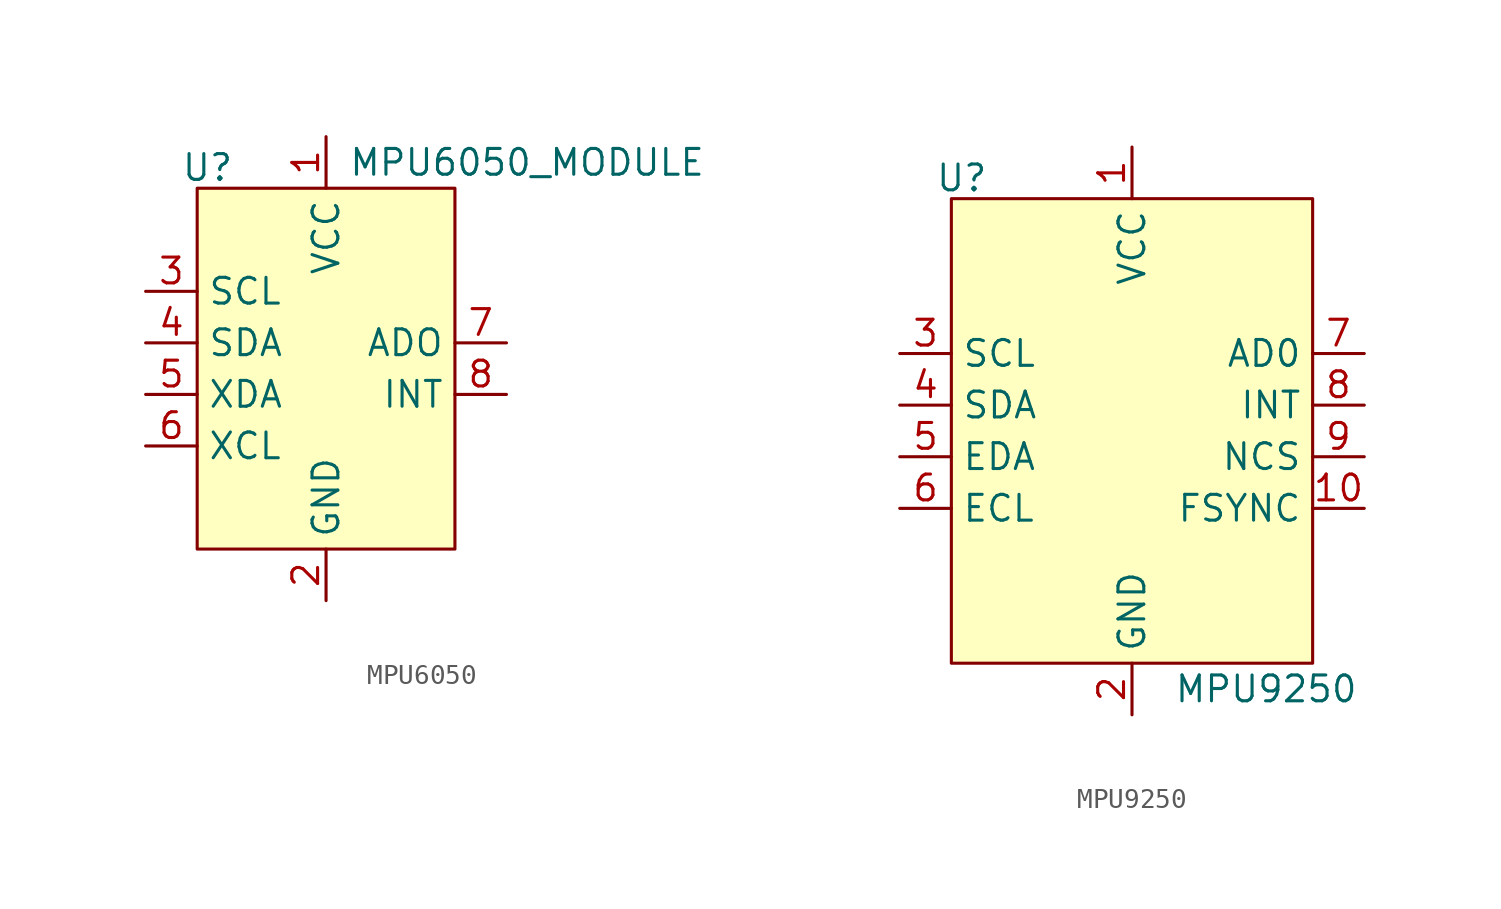
<source format=kicad_sym>
(kicad_symbol_lib
  (version 20241209)
  (generator "kicad_symbol_editor")
  (generator_version "9.0")
  (symbol "MPU6050"
    (property "Reference" "U"
      (at -5.842 9.906 0)
      (effects (font (size 1.27 1.27))))
    (property "Value" "MPU6050_MODULE"
      (at 9.906 10.16 0)
      (effects (font (size 1.27 1.27))))
    (symbol "MPU6050_1_1"
      (rectangle (start -6.35 8.89) (end 6.35 -8.89) (stroke (width 0) (type solid)) (fill (type background)))
      (pin input line (at -8.89 3.81 0) (length 2.54) (name "SCL" (effects (font (size 1.27 1.27)))) (number "3" (effects (font (size 1.27 1.27)))))
      (pin input line (at -8.89 1.27 0) (length 2.54) (name "SDA" (effects (font (size 1.27 1.27)))) (number "4" (effects (font (size 1.27 1.27)))))
      (pin input line (at -8.89 -1.27 0) (length 2.54) (name "XDA" (effects (font (size 1.27 1.27)))) (number "5" (effects (font (size 1.27 1.27)))))
      (pin input line (at -8.89 -3.81 0) (length 2.54) (name "XCL" (effects (font (size 1.27 1.27)))) (number "6" (effects (font (size 1.27 1.27)))))
      (pin power_in line (at 0 11.43 270) (length 2.54) (name "VCC" (effects (font (size 1.27 1.27)))) (number "1" (effects (font (size 1.27 1.27)))))
      (pin power_in line (at 0 -11.43 90) (length 2.54) (name "GND" (effects (font (size 1.27 1.27)))) (number "2" (effects (font (size 1.27 1.27)))))
      (pin bidirectional line (at 8.89 1.27 180) (length 2.54) (name "ADO" (effects (font (size 1.27 1.27)))) (number "7" (effects (font (size 1.27 1.27)))))
      (pin bidirectional line (at 8.89 -1.27 180) (length 2.54) (name "INT" (effects (font (size 1.27 1.27)))) (number "8" (effects (font (size 1.27 1.27)))))))
  (symbol "MPU9250"
    (property "Reference" "U"
      (at -8.382 12.446 0)
      (effects (font (size 1.27 1.27))))
    (property "Value" "MPU9250"
      (at 6.604 -12.7 0)
      (effects (font (size 1.27 1.27))))
    (symbol "MPU9250_1_1"
      (rectangle (start -8.89 11.43) (end 8.89 -11.43) (stroke (width 0) (type solid)) (fill (type background)))
      (pin input line (at -11.43 3.81 0) (length 2.54) (name "SCL" (effects (font (size 1.27 1.27)))) (number "3" (effects (font (size 1.27 1.27)))))
      (pin bidirectional line (at -11.43 1.27 0) (length 2.54) (name "SDA" (effects (font (size 1.27 1.27)))) (number "4" (effects (font (size 1.27 1.27)))))
      (pin bidirectional line (at -11.43 -1.27 0) (length 2.54) (name "EDA" (effects (font (size 1.27 1.27)))) (number "5" (effects (font (size 1.27 1.27)))))
      (pin output line (at -11.43 -3.81 0) (length 2.54) (name "ECL" (effects (font (size 1.27 1.27)))) (number "6" (effects (font (size 1.27 1.27)))))
      (pin power_in line (at 0 13.97 270) (length 2.54) (name "VCC" (effects (font (size 1.27 1.27)))) (number "1" (effects (font (size 1.27 1.27)))))
      (pin power_in line (at 0 -13.97 90) (length 2.54) (name "GND" (effects (font (size 1.27 1.27)))) (number "2" (effects (font (size 1.27 1.27)))))
      (pin bidirectional line (at 11.43 3.81 180) (length 2.54) (name "AD0" (effects (font (size 1.27 1.27)))) (number "7" (effects (font (size 1.27 1.27)))))
      (pin output line (at 11.43 1.27 180) (length 2.54) (name "INT" (effects (font (size 1.27 1.27)))) (number "8" (effects (font (size 1.27 1.27)))))
      (pin input line (at 11.43 -1.27 180) (length 2.54) (name "NCS" (effects (font (size 1.27 1.27)))) (number "9" (effects (font (size 1.27 1.27)))))
      (pin input line (at 11.43 -3.81 180) (length 2.54) (name "FSYNC" (effects (font (size 1.27 1.27)))) (number "10" (effects (font (size 1.27 1.27))))))))
</source>
